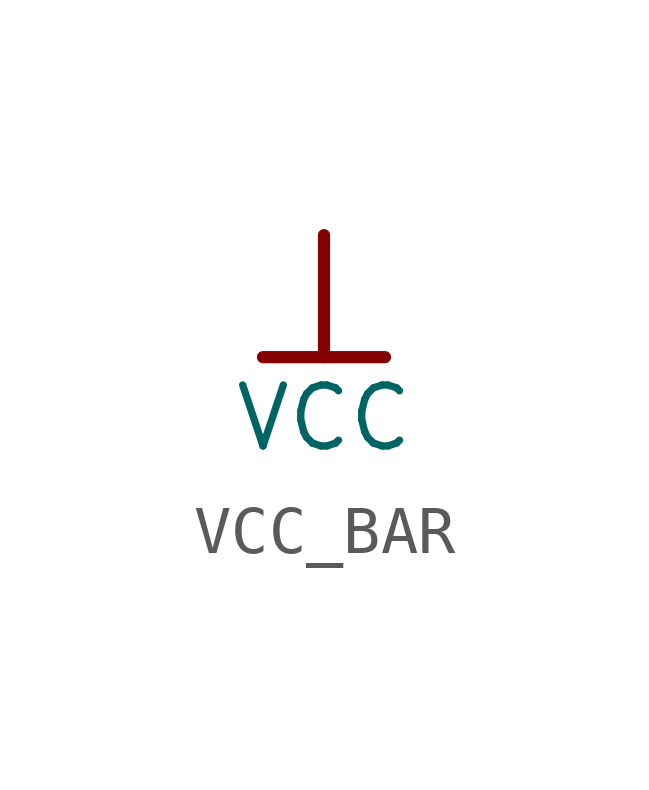
<source format=kicad_sym>
(kicad_symbol_lib
  (version 20241209)
  (generator "kicad_symbol_editor")
  (generator_version "9.0")
  (symbol "VCC_BAR"
    (power)
    (property "Reference" "#PWR"
      (at 0 0 0)
      (effects (font (size 1.27 1.27)) (hide yes)))
    (property "Value" "VCC"
      (at 0 -3.81 0)
      (effects (font (size 1.27 1.27))))
    (symbol "VCC_BAR_0_0"
      (polyline (pts (xy -1.27 -2.54) (xy 1.27 -2.54)) (stroke (width 0.254) (type solid)) (fill (type none)))
      (polyline (pts (xy 0 0) (xy 0 -2.54)) (stroke (width 0.254) (type solid)) (fill (type none)))
      (pin power_in line (at 0 0 0) (length 0) (hide yes) (name "VCC" (effects (font (size 1.27 1.27)))) (number "" (effects (font (size 1.27 1.27))))))))
</source>
